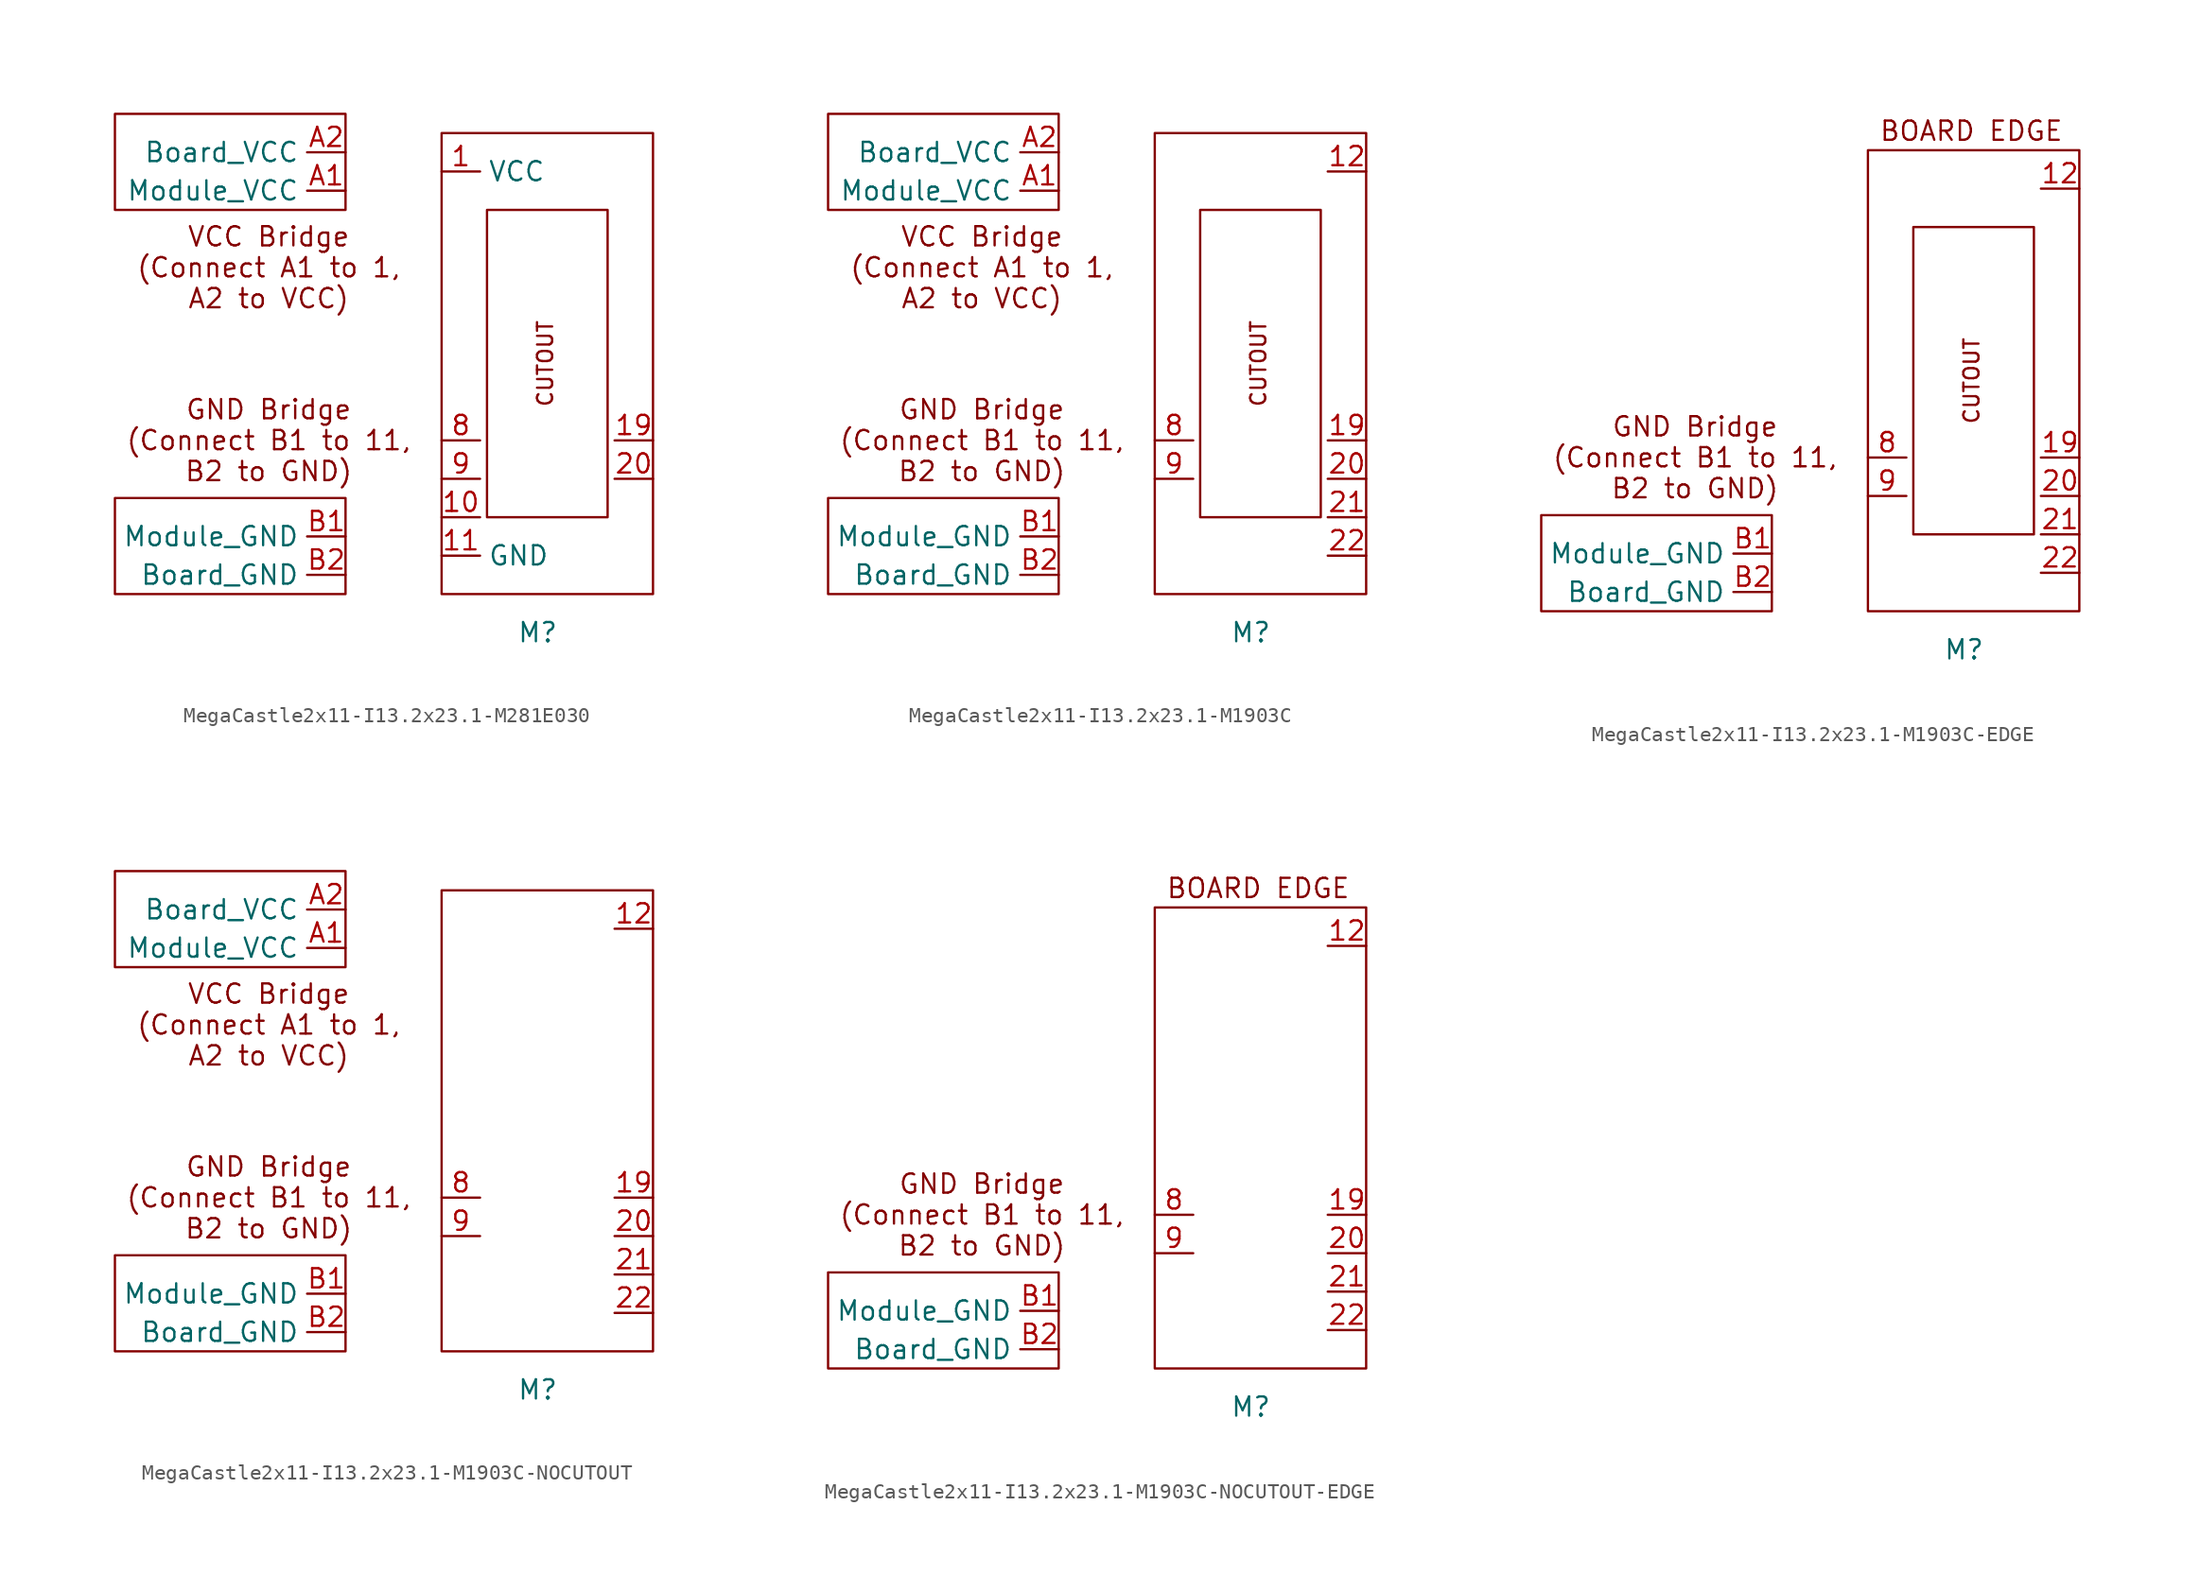
<source format=kicad_sym>
(kicad_symbol_lib
  (version 20241209)
  (generator "kicad_symbol_editor")
  (generator_version "9.0")
  (symbol "MegaCastle2x11-I13.2x23.1-M281E030"
    (property "Reference" "M"
      (at 0 -17.78 0)
      (effects (font (size 1.27 1.27))))
    (property "Value" ""
      (at 0 5.08 0)
      (effects (font (size 1.27 1.27))))
    (symbol "MegaCastle2x11-I13.2x23.1-M281E030_0_1"
      (rectangle (start -27.94 16.51) (end -12.7 10.16) (stroke (width 0) (type default)) (fill (type none)))
      (rectangle (start -27.94 -8.89) (end -12.7 -15.24) (stroke (width 0) (type default)) (fill (type none)))
      (rectangle (start -6.35 15.24) (end 7.62 -15.24) (stroke (width 0) (type default)) (fill (type none)))
      (rectangle (start -3.35 10.16) (end 4.62 -10.16) (stroke (width 0) (type default)) (fill (type none))))
    (symbol "MegaCastle2x11-I13.2x23.1-M281E030_1_1"
      (text "VCC Bridge\n(Connect A1 to 1,\nA2 to VCC)" (at -17.78 6.35 0) (effects (font (size 1.27 1.27))))
      (text "GND Bridge\n(Connect B1 to 11,\nB2 to GND)" (at -17.78 -5.08 0) (effects (font (size 1.27 1.27))))
      (text "CUTOUT" (at 0.5 0 900) (effects (font (size 1 1))))
      (pin bidirectional line (at -12.7 13.97 180) (length 2.54) (name "Board_VCC" (effects (font (size 1.27 1.27)))) (number "A2" (effects (font (size 1.27 1.27)))))
      (pin bidirectional line (at -12.7 11.43 180) (length 2.54) (name "Module_VCC" (effects (font (size 1.27 1.27)))) (number "A1" (effects (font (size 1.27 1.27)))))
      (pin bidirectional line (at -12.7 -11.43 180) (length 2.54) (name "Module_GND" (effects (font (size 1.27 1.27)))) (number "B1" (effects (font (size 1.27 1.27)))))
      (pin bidirectional line (at -12.7 -13.97 180) (length 2.54) (name "Board_GND" (effects (font (size 1.27 1.27)))) (number "B2" (effects (font (size 1.27 1.27)))))
      (pin bidirectional line (at -6.35 12.7 0) (length 2.54) (name "VCC" (effects (font (size 1.27 1.27)))) (number "1" (effects (font (size 1.27 1.27)))))
      (pin bidirectional line (at -6.35 -5.08 0) (length 2.54) (name "" (effects (font (size 1.27 1.27)))) (number "8" (effects (font (size 1.27 1.27)))))
      (pin bidirectional line (at -6.35 -7.62 0) (length 2.54) (name "" (effects (font (size 1.27 1.27)))) (number "9" (effects (font (size 1.27 1.27)))))
      (pin bidirectional line (at -6.35 -10.16 0) (length 2.54) (name "" (effects (font (size 1.27 1.27)))) (number "10" (effects (font (size 1.27 1.27)))))
      (pin bidirectional line (at -6.35 -12.7 0) (length 2.54) (name "GND" (effects (font (size 1.27 1.27)))) (number "11" (effects (font (size 1.27 1.27)))))
      (pin bidirectional line (at 7.62 -5.08 180) (length 2.54) (name "" (effects (font (size 1.27 1.27)))) (number "19" (effects (font (size 1.27 1.27)))))
      (pin bidirectional line (at 7.62 -7.62 180) (length 2.54) (name "" (effects (font (size 1.27 1.27)))) (number "20" (effects (font (size 1.27 1.27)))))))
  (symbol "MegaCastle2x11-I13.2x23.1-M1903C"
    (property "Reference" "M"
      (at 0 -17.78 0)
      (effects (font (size 1.27 1.27))))
    (property "Value" ""
      (at 0 5.08 0)
      (effects (font (size 1.27 1.27))))
    (symbol "MegaCastle2x11-I13.2x23.1-M1903C_0_1"
      (rectangle (start -27.94 16.51) (end -12.7 10.16) (stroke (width 0) (type default)) (fill (type none)))
      (rectangle (start -27.94 -8.89) (end -12.7 -15.24) (stroke (width 0) (type default)) (fill (type none)))
      (rectangle (start -6.35 15.24) (end 7.62 -15.24) (stroke (width 0) (type default)) (fill (type none)))
      (rectangle (start -3.35 10.16) (end 4.62 -10.16) (stroke (width 0) (type default)) (fill (type none))))
    (symbol "MegaCastle2x11-I13.2x23.1-M1903C_1_1"
      (text "VCC Bridge\n(Connect A1 to 1,\nA2 to VCC)" (at -17.78 6.35 0) (effects (font (size 1.27 1.27))))
      (text "GND Bridge\n(Connect B1 to 11,\nB2 to GND)" (at -17.78 -5.08 0) (effects (font (size 1.27 1.27))))
      (text "CUTOUT" (at 0.5 0 900) (effects (font (size 1 1))))
      (pin bidirectional line (at -12.7 13.97 180) (length 2.54) (name "Board_VCC" (effects (font (size 1.27 1.27)))) (number "A2" (effects (font (size 1.27 1.27)))))
      (pin bidirectional line (at -12.7 11.43 180) (length 2.54) (name "Module_VCC" (effects (font (size 1.27 1.27)))) (number "A1" (effects (font (size 1.27 1.27)))))
      (pin bidirectional line (at -12.7 -11.43 180) (length 2.54) (name "Module_GND" (effects (font (size 1.27 1.27)))) (number "B1" (effects (font (size 1.27 1.27)))))
      (pin bidirectional line (at -12.7 -13.97 180) (length 2.54) (name "Board_GND" (effects (font (size 1.27 1.27)))) (number "B2" (effects (font (size 1.27 1.27)))))
      (pin bidirectional line (at -6.35 -5.08 0) (length 2.54) (name "" (effects (font (size 1.27 1.27)))) (number "8" (effects (font (size 1.27 1.27)))))
      (pin bidirectional line (at -6.35 -7.62 0) (length 2.54) (name "" (effects (font (size 1.27 1.27)))) (number "9" (effects (font (size 1.27 1.27)))))
      (pin bidirectional line (at 7.62 12.7 180) (length 2.54) (name "" (effects (font (size 1.27 1.27)))) (number "12" (effects (font (size 1.27 1.27)))))
      (pin bidirectional line (at 7.62 -5.08 180) (length 2.54) (name "" (effects (font (size 1.27 1.27)))) (number "19" (effects (font (size 1.27 1.27)))))
      (pin bidirectional line (at 7.62 -7.62 180) (length 2.54) (name "" (effects (font (size 1.27 1.27)))) (number "20" (effects (font (size 1.27 1.27)))))
      (pin bidirectional line (at 7.62 -10.16 180) (length 2.54) (name "" (effects (font (size 1.27 1.27)))) (number "21" (effects (font (size 1.27 1.27)))))
      (pin bidirectional line (at 7.62 -12.7 180) (length 2.54) (name "" (effects (font (size 1.27 1.27)))) (number "22" (effects (font (size 1.27 1.27)))))))
  (symbol "MegaCastle2x11-I13.2x23.1-M1903C-EDGE"
    (property "Reference" "M"
      (at 0 -17.78 0)
      (effects (font (size 1.27 1.27))))
    (property "Value" ""
      (at 0 5.08 0)
      (effects (font (size 1.27 1.27))))
    (symbol "MegaCastle2x11-I13.2x23.1-M1903C-EDGE_0_1"
      (rectangle (start -27.94 -8.89) (end -12.7 -15.24) (stroke (width 0) (type default)) (fill (type none)))
      (rectangle (start -6.35 15.24) (end 7.62 -15.24) (stroke (width 0) (type default)) (fill (type none)))
      (rectangle (start -3.35 10.16) (end 4.62 -10.16) (stroke (width 0) (type default)) (fill (type none))))
    (symbol "MegaCastle2x11-I13.2x23.1-M1903C-EDGE_1_1"
      (text "GND Bridge\n(Connect B1 to 11,\nB2 to GND)" (at -17.78 -5.08 0) (effects (font (size 1.27 1.27))))
      (text " BOARD EDGE" (at 0 16.51 0) (effects (font (size 1.27 1.27))))
      (text "CUTOUT" (at 0.5 0 900) (effects (font (size 1 1))))
      (pin bidirectional line (at -12.7 -11.43 180) (length 2.54) (name "Module_GND" (effects (font (size 1.27 1.27)))) (number "B1" (effects (font (size 1.27 1.27)))))
      (pin bidirectional line (at -12.7 -13.97 180) (length 2.54) (name "Board_GND" (effects (font (size 1.27 1.27)))) (number "B2" (effects (font (size 1.27 1.27)))))
      (pin bidirectional line (at -6.35 -5.08 0) (length 2.54) (name "" (effects (font (size 1.27 1.27)))) (number "8" (effects (font (size 1.27 1.27)))))
      (pin bidirectional line (at -6.35 -7.62 0) (length 2.54) (name "" (effects (font (size 1.27 1.27)))) (number "9" (effects (font (size 1.27 1.27)))))
      (pin bidirectional line (at 7.62 12.7 180) (length 2.54) (name "" (effects (font (size 1.27 1.27)))) (number "12" (effects (font (size 1.27 1.27)))))
      (pin bidirectional line (at 7.62 -5.08 180) (length 2.54) (name "" (effects (font (size 1.27 1.27)))) (number "19" (effects (font (size 1.27 1.27)))))
      (pin bidirectional line (at 7.62 -7.62 180) (length 2.54) (name "" (effects (font (size 1.27 1.27)))) (number "20" (effects (font (size 1.27 1.27)))))
      (pin bidirectional line (at 7.62 -10.16 180) (length 2.54) (name "" (effects (font (size 1.27 1.27)))) (number "21" (effects (font (size 1.27 1.27)))))
      (pin bidirectional line (at 7.62 -12.7 180) (length 2.54) (name "" (effects (font (size 1.27 1.27)))) (number "22" (effects (font (size 1.27 1.27)))))))
  (symbol "MegaCastle2x11-I13.2x23.1-M1903C-NOCUTOUT"
    (property "Reference" "M"
      (at 0 -17.78 0)
      (effects (font (size 1.27 1.27))))
    (property "Value" ""
      (at 0 5.08 0)
      (effects (font (size 1.27 1.27))))
    (symbol "MegaCastle2x11-I13.2x23.1-M1903C-NOCUTOUT_0_1"
      (rectangle (start -27.94 16.51) (end -12.7 10.16) (stroke (width 0) (type default)) (fill (type none)))
      (rectangle (start -27.94 -8.89) (end -12.7 -15.24) (stroke (width 0) (type default)) (fill (type none)))
      (rectangle (start -6.35 15.24) (end 7.62 -15.24) (stroke (width 0) (type default)) (fill (type none))))
    (symbol "MegaCastle2x11-I13.2x23.1-M1903C-NOCUTOUT_1_1"
      (text "VCC Bridge\n(Connect A1 to 1,\nA2 to VCC)" (at -17.78 6.35 0) (effects (font (size 1.27 1.27))))
      (text "GND Bridge\n(Connect B1 to 11,\nB2 to GND)" (at -17.78 -5.08 0) (effects (font (size 1.27 1.27))))
      (pin bidirectional line (at -12.7 13.97 180) (length 2.54) (name "Board_VCC" (effects (font (size 1.27 1.27)))) (number "A2" (effects (font (size 1.27 1.27)))))
      (pin bidirectional line (at -12.7 11.43 180) (length 2.54) (name "Module_VCC" (effects (font (size 1.27 1.27)))) (number "A1" (effects (font (size 1.27 1.27)))))
      (pin bidirectional line (at -12.7 -11.43 180) (length 2.54) (name "Module_GND" (effects (font (size 1.27 1.27)))) (number "B1" (effects (font (size 1.27 1.27)))))
      (pin bidirectional line (at -12.7 -13.97 180) (length 2.54) (name "Board_GND" (effects (font (size 1.27 1.27)))) (number "B2" (effects (font (size 1.27 1.27)))))
      (pin bidirectional line (at -6.35 -5.08 0) (length 2.54) (name "" (effects (font (size 1.27 1.27)))) (number "8" (effects (font (size 1.27 1.27)))))
      (pin bidirectional line (at -6.35 -7.62 0) (length 2.54) (name "" (effects (font (size 1.27 1.27)))) (number "9" (effects (font (size 1.27 1.27)))))
      (pin bidirectional line (at 7.62 12.7 180) (length 2.54) (name "" (effects (font (size 1.27 1.27)))) (number "12" (effects (font (size 1.27 1.27)))))
      (pin bidirectional line (at 7.62 -5.08 180) (length 2.54) (name "" (effects (font (size 1.27 1.27)))) (number "19" (effects (font (size 1.27 1.27)))))
      (pin bidirectional line (at 7.62 -7.62 180) (length 2.54) (name "" (effects (font (size 1.27 1.27)))) (number "20" (effects (font (size 1.27 1.27)))))
      (pin bidirectional line (at 7.62 -10.16 180) (length 2.54) (name "" (effects (font (size 1.27 1.27)))) (number "21" (effects (font (size 1.27 1.27)))))
      (pin bidirectional line (at 7.62 -12.7 180) (length 2.54) (name "" (effects (font (size 1.27 1.27)))) (number "22" (effects (font (size 1.27 1.27)))))))
  (symbol "MegaCastle2x11-I13.2x23.1-M1903C-NOCUTOUT-EDGE"
    (property "Reference" "M"
      (at 0 -17.78 0)
      (effects (font (size 1.27 1.27))))
    (property "Value" ""
      (at 0 5.08 0)
      (effects (font (size 1.27 1.27))))
    (symbol "MegaCastle2x11-I13.2x23.1-M1903C-NOCUTOUT-EDGE_0_1"
      (rectangle (start -27.94 -8.89) (end -12.7 -15.24) (stroke (width 0) (type default)) (fill (type none)))
      (rectangle (start -6.35 15.24) (end 7.62 -15.24) (stroke (width 0) (type default)) (fill (type none))))
    (symbol "MegaCastle2x11-I13.2x23.1-M1903C-NOCUTOUT-EDGE_1_1"
      (text "GND Bridge\n(Connect B1 to 11,\nB2 to GND)" (at -17.78 -5.08 0) (effects (font (size 1.27 1.27))))
      (text " BOARD EDGE" (at 0 16.51 0) (effects (font (size 1.27 1.27))))
      (pin bidirectional line (at -12.7 -11.43 180) (length 2.54) (name "Module_GND" (effects (font (size 1.27 1.27)))) (number "B1" (effects (font (size 1.27 1.27)))))
      (pin bidirectional line (at -12.7 -13.97 180) (length 2.54) (name "Board_GND" (effects (font (size 1.27 1.27)))) (number "B2" (effects (font (size 1.27 1.27)))))
      (pin bidirectional line (at -6.35 -5.08 0) (length 2.54) (name "" (effects (font (size 1.27 1.27)))) (number "8" (effects (font (size 1.27 1.27)))))
      (pin bidirectional line (at -6.35 -7.62 0) (length 2.54) (name "" (effects (font (size 1.27 1.27)))) (number "9" (effects (font (size 1.27 1.27)))))
      (pin bidirectional line (at 7.62 12.7 180) (length 2.54) (name "" (effects (font (size 1.27 1.27)))) (number "12" (effects (font (size 1.27 1.27)))))
      (pin bidirectional line (at 7.62 -5.08 180) (length 2.54) (name "" (effects (font (size 1.27 1.27)))) (number "19" (effects (font (size 1.27 1.27)))))
      (pin bidirectional line (at 7.62 -7.62 180) (length 2.54) (name "" (effects (font (size 1.27 1.27)))) (number "20" (effects (font (size 1.27 1.27)))))
      (pin bidirectional line (at 7.62 -10.16 180) (length 2.54) (name "" (effects (font (size 1.27 1.27)))) (number "21" (effects (font (size 1.27 1.27)))))
      (pin bidirectional line (at 7.62 -12.7 180) (length 2.54) (name "" (effects (font (size 1.27 1.27)))) (number "22" (effects (font (size 1.27 1.27))))))))
</source>
